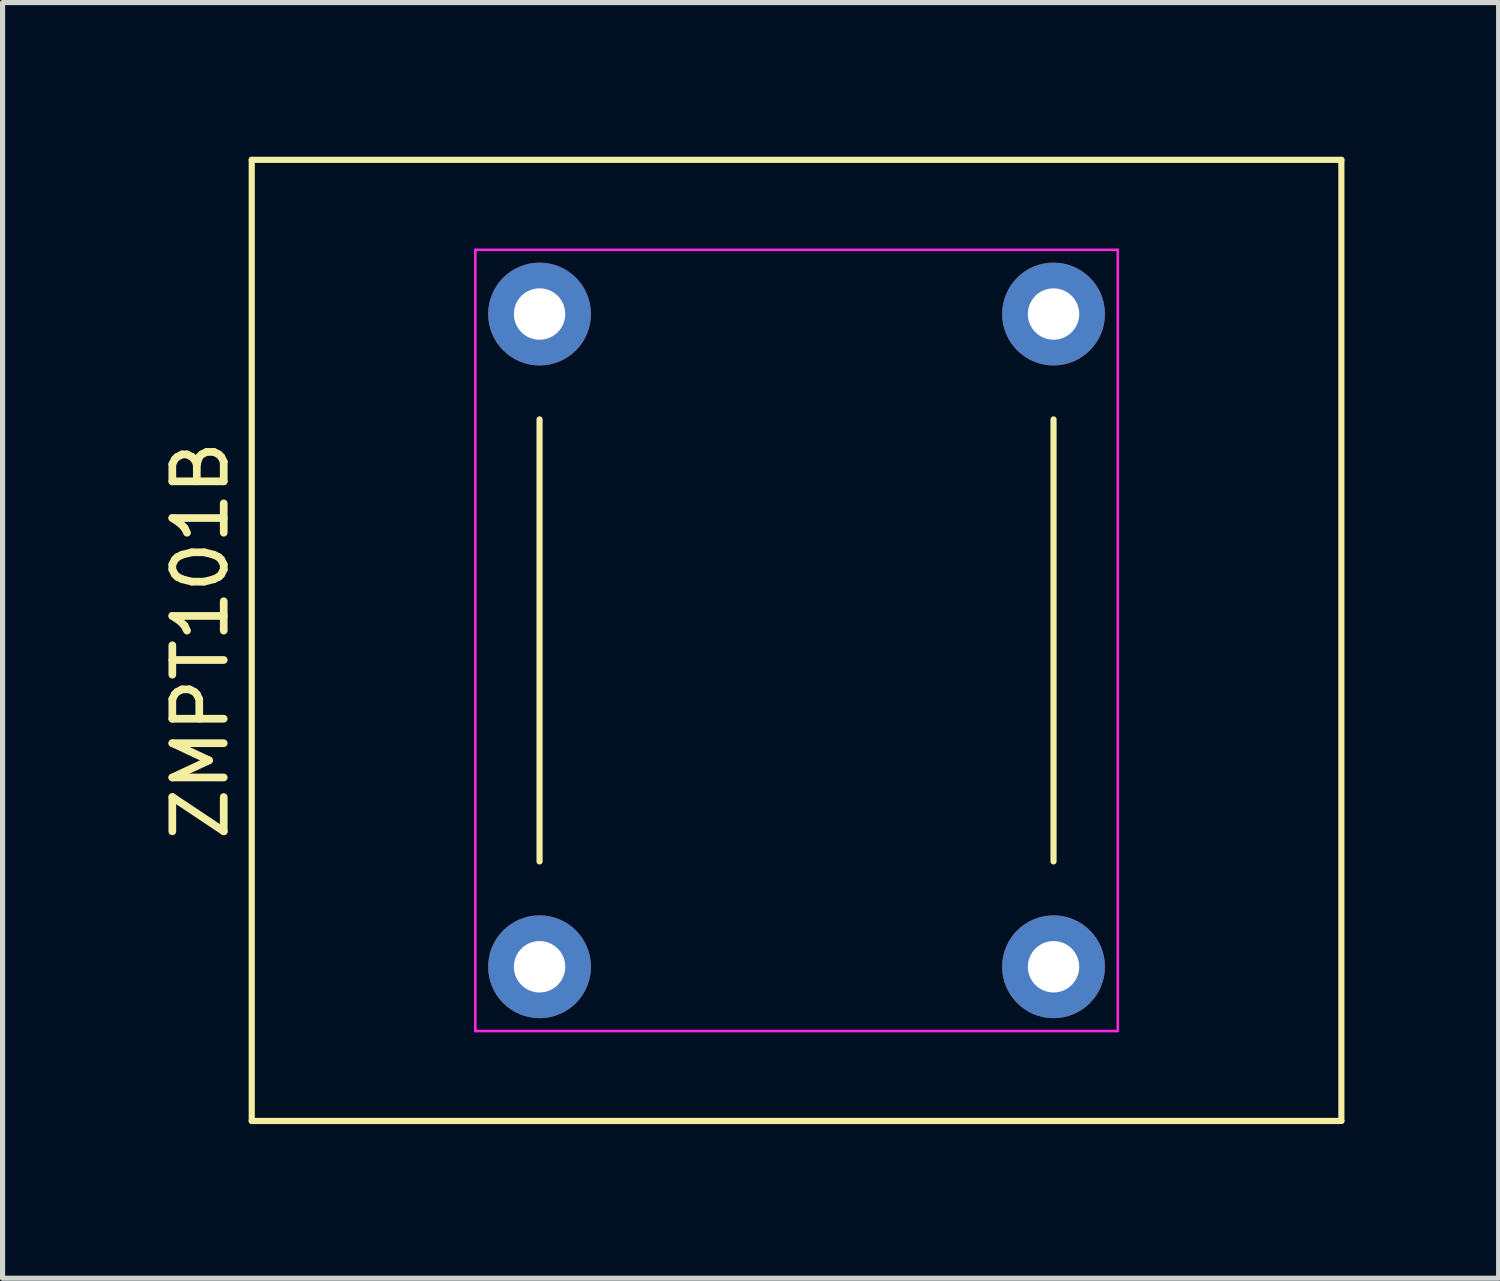
<source format=kicad_pcb>
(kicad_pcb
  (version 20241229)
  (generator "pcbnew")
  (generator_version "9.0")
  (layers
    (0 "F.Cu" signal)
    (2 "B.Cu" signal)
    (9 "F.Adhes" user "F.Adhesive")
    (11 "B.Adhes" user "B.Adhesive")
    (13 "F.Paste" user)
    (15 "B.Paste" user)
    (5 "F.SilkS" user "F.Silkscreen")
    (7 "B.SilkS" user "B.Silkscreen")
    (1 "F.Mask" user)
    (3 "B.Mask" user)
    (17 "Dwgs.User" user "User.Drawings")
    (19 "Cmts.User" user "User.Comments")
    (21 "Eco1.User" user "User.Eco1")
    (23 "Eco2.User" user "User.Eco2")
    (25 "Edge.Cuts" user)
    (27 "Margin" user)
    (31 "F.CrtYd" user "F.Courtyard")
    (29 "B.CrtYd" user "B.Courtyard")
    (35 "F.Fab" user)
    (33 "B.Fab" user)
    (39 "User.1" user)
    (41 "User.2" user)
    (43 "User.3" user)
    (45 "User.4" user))
  (footprint "ZMPT101B"
    (layer "F.Cu")
    (at 12.448 9.41)
    (property "Reference" "ZMPT101B" (at -11.6 0 90) (layer "F.SilkS") (effects (font (size 1 1) (thickness 0.15))))
    (attr through_hole)
    (fp_line (start -10.6 -9.35) (end -10.6 9.35) (stroke (width 0.12) (type solid)) (layer "F.SilkS"))
    (fp_line (start -10.6 9.35) (end 10.6 9.35) (stroke (width 0.12) (type solid)) (layer "F.SilkS"))
    (fp_line (start -5 -4.3) (end -5 4.3) (stroke (width 0.12) (type solid)) (layer "F.SilkS"))
    (fp_line (start 5 -4.3) (end 5 4.3) (stroke (width 0.12) (type solid)) (layer "F.SilkS"))
    (fp_line (start 10.6 -9.35) (end -10.6 -9.35) (stroke (width 0.12) (type solid)) (layer "F.SilkS"))
    (fp_line (start 10.6 9.35) (end 10.6 -9.35) (stroke (width 0.12) (type solid)) (layer "F.SilkS"))
    (fp_line (start -6.25 -7.6) (end 6.25 -7.6) (stroke (width 0.05) (type solid)) (layer "F.CrtYd"))
    (fp_line (start -6.25 7.6) (end -6.25 -7.6) (stroke (width 0.05) (type solid)) (layer "F.CrtYd"))
    (fp_line (start 6.25 -7.6) (end 6.25 7.6) (stroke (width 0.05) (type solid)) (layer "F.CrtYd"))
    (fp_line (start 6.25 7.6) (end -6.25 7.6) (stroke (width 0.05) (type solid)) (layer "F.CrtYd"))
    (pad "1" thru_hole circle (at 5 -6.35) (size 2 2) (drill 1) (layers "*.Cu" "*.Mask"))
    (pad "2" thru_hole circle (at 5 6.35) (size 2 2) (drill 1) (layers "*.Cu" "*.Mask"))
    (pad "3" thru_hole circle (at -5 6.35) (size 2 2) (drill 1) (layers "*.Cu" "*.Mask"))
    (pad "4" thru_hole circle (at -5 -6.35) (size 2 2) (drill 1) (layers "*.Cu" "*.Mask")))
  (gr_rect
    (start -3 -3)
    (end 26.108 21.82)
    (stroke (width 0.1) (type default))
    (fill no)
    (layer "Edge.Cuts")))
</source>
